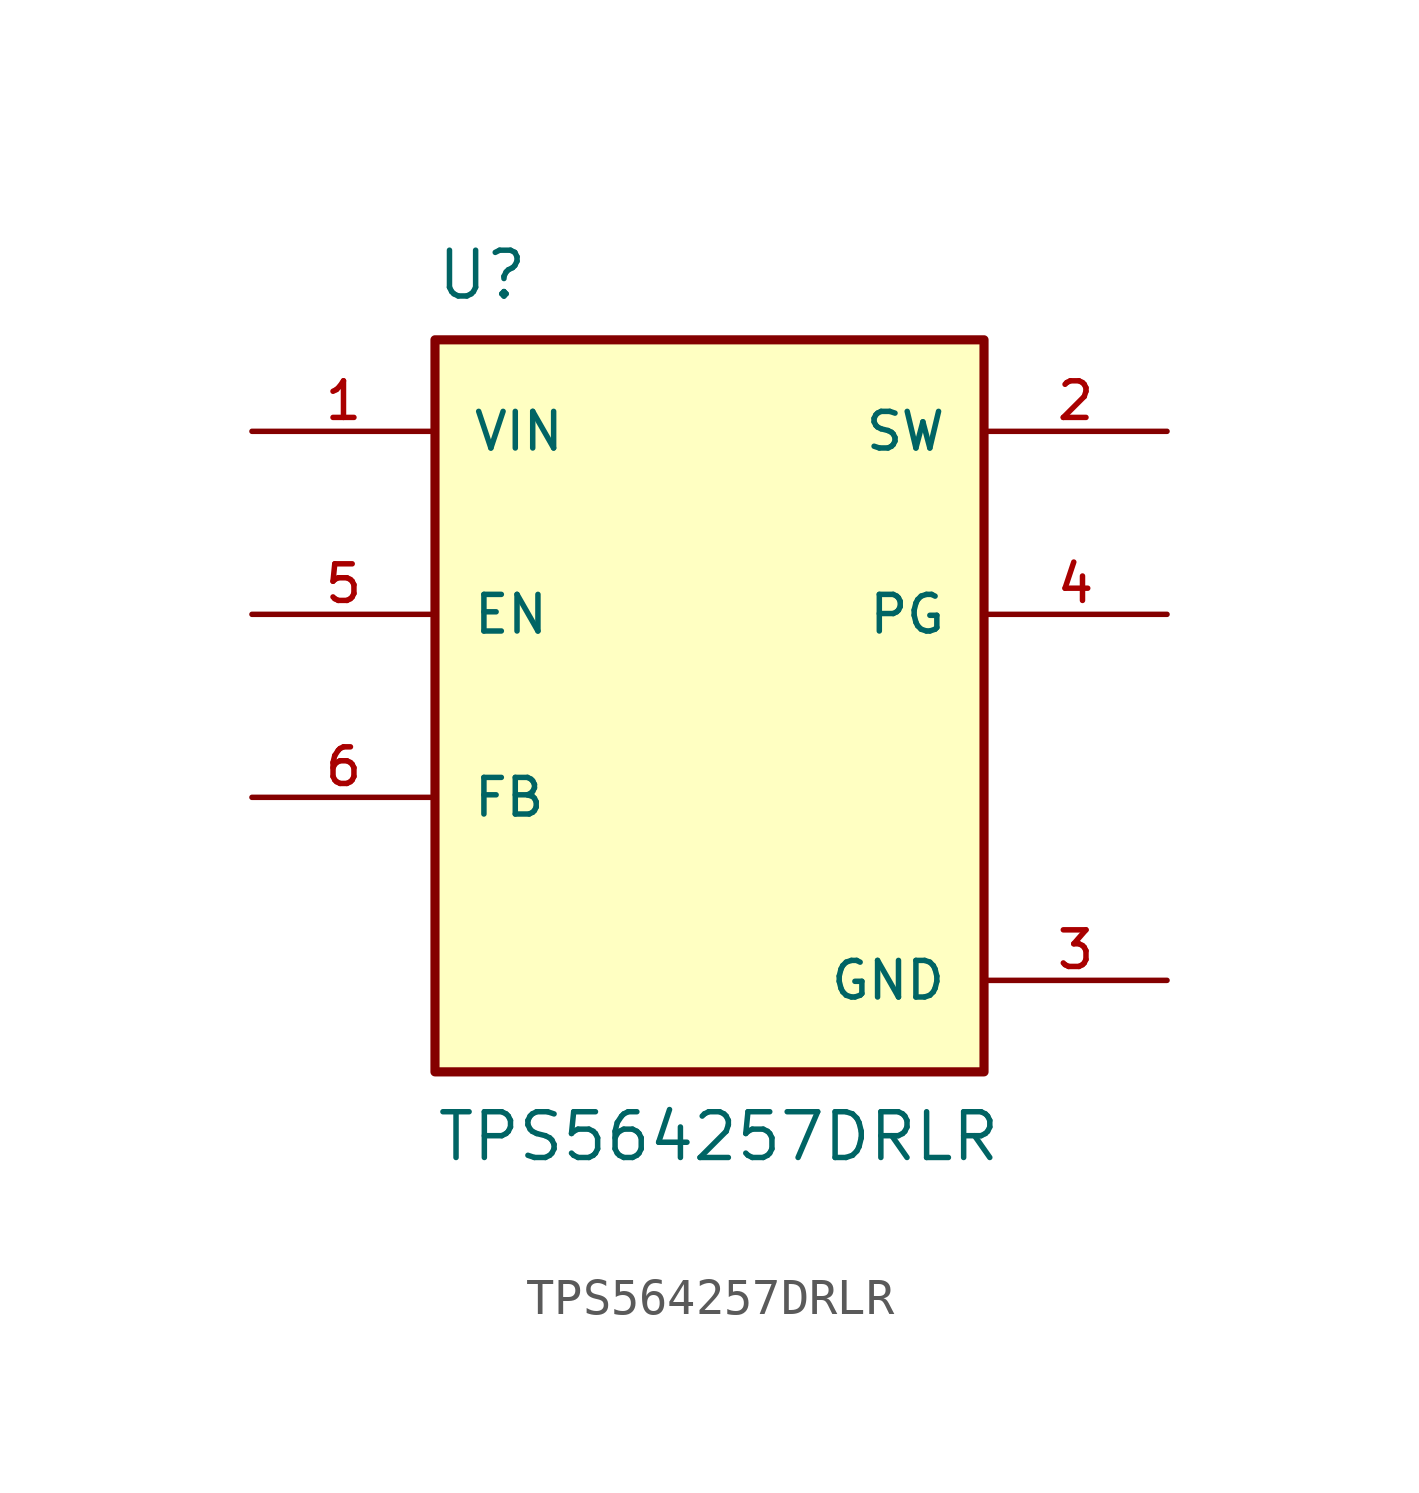
<source format=kicad_sym>
(kicad_symbol_lib
  (version 20211014)
  (generator kicad_symbol_editor)
  (symbol "TPS564257DRLR"
    (pin_names
      (offset 1.016))
    (property "Reference" "U"
      (at -7.62 12.7 0)
      (effects (font (size 1.27 1.27)) (justify top left)))
    (property "Value" "TPS564257DRLR"
      (at -7.62 -12.7 0)
      (effects (font (size 1.27 1.27)) (justify bottom left)))
    (symbol "TPS564257DRLR_0_0"
      (rectangle (start -7.62 -10.16) (end 7.62 10.16) (stroke (width 0.254)) (fill (type background)))
      (pin power_in line (at -12.7 7.62 0) (length 5.08) (name "VIN" (effects (font (size 1.016 1.016)))) (number "1" (effects (font (size 1.016 1.016)))))
      (pin power_in line (at 12.7 7.62 180.0) (length 5.08) (name "SW" (effects (font (size 1.016 1.016)))) (number "2" (effects (font (size 1.016 1.016)))))
      (pin power_in line (at 12.7 -7.62 180.0) (length 5.08) (name "GND" (effects (font (size 1.016 1.016)))) (number "3" (effects (font (size 1.016 1.016)))))
      (pin output line (at 12.7 2.54 180.0) (length 5.08) (name "PG" (effects (font (size 1.016 1.016)))) (number "4" (effects (font (size 1.016 1.016)))))
      (pin input line (at -12.7 2.54 0) (length 5.08) (name "EN" (effects (font (size 1.016 1.016)))) (number "5" (effects (font (size 1.016 1.016)))))
      (pin input line (at -12.7 -2.54 0) (length 5.08) (name "FB" (effects (font (size 1.016 1.016)))) (number "6" (effects (font (size 1.016 1.016))))))))
</source>
